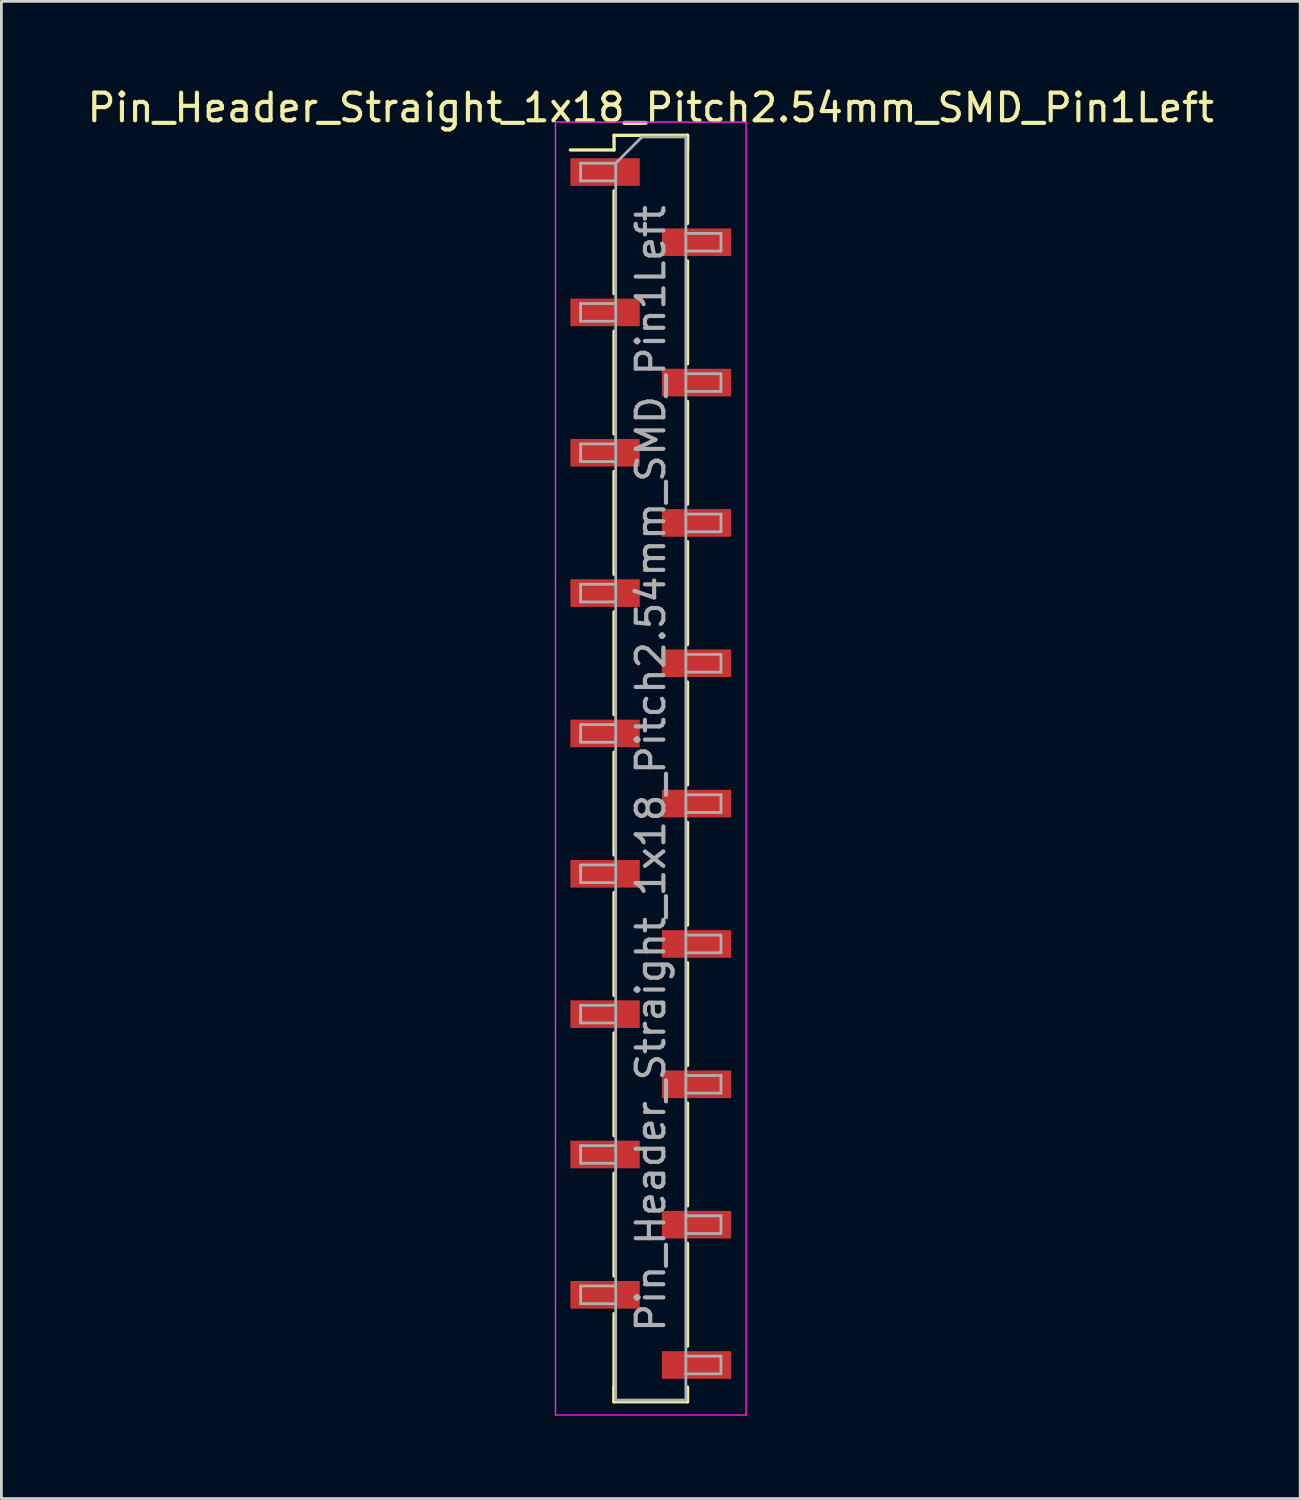
<source format=kicad_pcb>
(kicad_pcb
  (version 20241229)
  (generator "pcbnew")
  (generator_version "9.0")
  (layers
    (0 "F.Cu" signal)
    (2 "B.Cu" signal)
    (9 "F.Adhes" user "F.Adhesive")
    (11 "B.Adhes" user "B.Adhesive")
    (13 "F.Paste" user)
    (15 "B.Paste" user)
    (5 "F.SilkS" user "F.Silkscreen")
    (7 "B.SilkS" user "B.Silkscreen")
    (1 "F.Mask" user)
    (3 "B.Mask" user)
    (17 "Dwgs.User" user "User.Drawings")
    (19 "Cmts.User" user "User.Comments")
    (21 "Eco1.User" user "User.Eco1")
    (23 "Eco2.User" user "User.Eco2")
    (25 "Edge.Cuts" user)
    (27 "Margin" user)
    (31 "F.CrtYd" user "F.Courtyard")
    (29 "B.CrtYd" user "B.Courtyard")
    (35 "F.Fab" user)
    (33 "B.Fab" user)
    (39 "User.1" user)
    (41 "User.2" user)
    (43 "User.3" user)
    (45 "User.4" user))
  (footprint "Pin_Header_Straight_1x18_Pitch2.54mm_SMD_Pin1Left"
    (layer "F.Cu")
    (at 20.506 24.768)
    (property "Reference" "Pin_Header_Straight_1x18_Pitch2.54mm_SMD_Pin1Left" (at 0 -23.92 0) (layer "F.SilkS") (effects (font (size 1 1) (thickness 0.15))))
    (attr smd)
    (fp_line (start -1.33 -22.92) (end 1.33 -22.92) (stroke (width 0.12) (type solid)) (layer "F.SilkS"))
    (fp_line (start -1.33 -22.39) (end -2.91 -22.39) (stroke (width 0.12) (type solid)) (layer "F.SilkS"))
    (fp_line (start -1.33 -22.39) (end -1.33 -22.92) (stroke (width 0.12) (type solid)) (layer "F.SilkS"))
    (fp_line (start -1.33 -20.91) (end -1.33 -17.19) (stroke (width 0.12) (type solid)) (layer "F.SilkS"))
    (fp_line (start -1.33 -15.83) (end -1.33 -12.11) (stroke (width 0.12) (type solid)) (layer "F.SilkS"))
    (fp_line (start -1.33 -10.75) (end -1.33 -7.03) (stroke (width 0.12) (type solid)) (layer "F.SilkS"))
    (fp_line (start -1.33 -5.67) (end -1.33 -1.95) (stroke (width 0.12) (type solid)) (layer "F.SilkS"))
    (fp_line (start -1.33 -0.59) (end -1.33 3.13) (stroke (width 0.12) (type solid)) (layer "F.SilkS"))
    (fp_line (start -1.33 4.49) (end -1.33 8.21) (stroke (width 0.12) (type solid)) (layer "F.SilkS"))
    (fp_line (start -1.33 9.57) (end -1.33 13.29) (stroke (width 0.12) (type solid)) (layer "F.SilkS"))
    (fp_line (start -1.33 14.65) (end -1.33 18.37) (stroke (width 0.12) (type solid)) (layer "F.SilkS"))
    (fp_line (start -1.33 19.73) (end -1.33 22.92) (stroke (width 0.12) (type solid)) (layer "F.SilkS"))
    (fp_line (start -1.33 22.39) (end -1.33 22.92) (stroke (width 0.12) (type solid)) (layer "F.SilkS"))
    (fp_line (start -1.33 22.92) (end 1.33 22.92) (stroke (width 0.12) (type solid)) (layer "F.SilkS"))
    (fp_line (start 1.33 -22.92) (end 1.33 -22.39) (stroke (width 0.12) (type solid)) (layer "F.SilkS"))
    (fp_line (start 1.33 -22.92) (end 1.33 -19.73) (stroke (width 0.12) (type solid)) (layer "F.SilkS"))
    (fp_line (start 1.33 -18.37) (end 1.33 -14.65) (stroke (width 0.12) (type solid)) (layer "F.SilkS"))
    (fp_line (start 1.33 -13.29) (end 1.33 -9.57) (stroke (width 0.12) (type solid)) (layer "F.SilkS"))
    (fp_line (start 1.33 -8.21) (end 1.33 -4.49) (stroke (width 0.12) (type solid)) (layer "F.SilkS"))
    (fp_line (start 1.33 -3.13) (end 1.33 0.59) (stroke (width 0.12) (type solid)) (layer "F.SilkS"))
    (fp_line (start 1.33 1.95) (end 1.33 5.67) (stroke (width 0.12) (type solid)) (layer "F.SilkS"))
    (fp_line (start 1.33 7.03) (end 1.33 10.75) (stroke (width 0.12) (type solid)) (layer "F.SilkS"))
    (fp_line (start 1.33 12.11) (end 1.33 15.83) (stroke (width 0.12) (type solid)) (layer "F.SilkS"))
    (fp_line (start 1.33 17.19) (end 1.33 20.91) (stroke (width 0.12) (type solid)) (layer "F.SilkS"))
    (fp_line (start 1.33 22.92) (end 1.33 22.39) (stroke (width 0.12) (type solid)) (layer "F.SilkS"))
    (fp_line (start -3.45 -23.4) (end -3.45 23.4) (stroke (width 0.05) (type solid)) (layer "F.CrtYd"))
    (fp_line (start -3.45 23.4) (end 3.45 23.4) (stroke (width 0.05) (type solid)) (layer "F.CrtYd"))
    (fp_line (start 3.45 -23.4) (end -3.45 -23.4) (stroke (width 0.05) (type solid)) (layer "F.CrtYd"))
    (fp_line (start 3.45 23.4) (end 3.45 -23.4) (stroke (width 0.05) (type solid)) (layer "F.CrtYd"))
    (fp_line (start -2.54 -21.91) (end -2.54 -21.27) (stroke (width 0.1) (type solid)) (layer "F.Fab"))
    (fp_line (start -2.54 -21.27) (end -1.27 -21.27) (stroke (width 0.1) (type solid)) (layer "F.Fab"))
    (fp_line (start -2.54 -16.83) (end -2.54 -16.19) (stroke (width 0.1) (type solid)) (layer "F.Fab"))
    (fp_line (start -2.54 -16.19) (end -1.27 -16.19) (stroke (width 0.1) (type solid)) (layer "F.Fab"))
    (fp_line (start -2.54 -11.75) (end -2.54 -11.11) (stroke (width 0.1) (type solid)) (layer "F.Fab"))
    (fp_line (start -2.54 -11.11) (end -1.27 -11.11) (stroke (width 0.1) (type solid)) (layer "F.Fab"))
    (fp_line (start -2.54 -6.67) (end -2.54 -6.03) (stroke (width 0.1) (type solid)) (layer "F.Fab"))
    (fp_line (start -2.54 -6.03) (end -1.27 -6.03) (stroke (width 0.1) (type solid)) (layer "F.Fab"))
    (fp_line (start -2.54 -1.59) (end -2.54 -0.95) (stroke (width 0.1) (type solid)) (layer "F.Fab"))
    (fp_line (start -2.54 -0.95) (end -1.27 -0.95) (stroke (width 0.1) (type solid)) (layer "F.Fab"))
    (fp_line (start -2.54 3.49) (end -2.54 4.13) (stroke (width 0.1) (type solid)) (layer "F.Fab"))
    (fp_line (start -2.54 4.13) (end -1.27 4.13) (stroke (width 0.1) (type solid)) (layer "F.Fab"))
    (fp_line (start -2.54 8.57) (end -2.54 9.21) (stroke (width 0.1) (type solid)) (layer "F.Fab"))
    (fp_line (start -2.54 9.21) (end -1.27 9.21) (stroke (width 0.1) (type solid)) (layer "F.Fab"))
    (fp_line (start -2.54 13.65) (end -2.54 14.29) (stroke (width 0.1) (type solid)) (layer "F.Fab"))
    (fp_line (start -2.54 14.29) (end -1.27 14.29) (stroke (width 0.1) (type solid)) (layer "F.Fab"))
    (fp_line (start -2.54 18.73) (end -2.54 19.37) (stroke (width 0.1) (type solid)) (layer "F.Fab"))
    (fp_line (start -2.54 19.37) (end -1.27 19.37) (stroke (width 0.1) (type solid)) (layer "F.Fab"))
    (fp_line (start -1.27 -21.91) (end -2.54 -21.91) (stroke (width 0.1) (type solid)) (layer "F.Fab"))
    (fp_line (start -1.27 -21.91) (end -0.32 -22.86) (stroke (width 0.1) (type solid)) (layer "F.Fab"))
    (fp_line (start -1.27 -16.83) (end -2.54 -16.83) (stroke (width 0.1) (type solid)) (layer "F.Fab"))
    (fp_line (start -1.27 -11.75) (end -2.54 -11.75) (stroke (width 0.1) (type solid)) (layer "F.Fab"))
    (fp_line (start -1.27 -6.67) (end -2.54 -6.67) (stroke (width 0.1) (type solid)) (layer "F.Fab"))
    (fp_line (start -1.27 -1.59) (end -2.54 -1.59) (stroke (width 0.1) (type solid)) (layer "F.Fab"))
    (fp_line (start -1.27 3.49) (end -2.54 3.49) (stroke (width 0.1) (type solid)) (layer "F.Fab"))
    (fp_line (start -1.27 8.57) (end -2.54 8.57) (stroke (width 0.1) (type solid)) (layer "F.Fab"))
    (fp_line (start -1.27 13.65) (end -2.54 13.65) (stroke (width 0.1) (type solid)) (layer "F.Fab"))
    (fp_line (start -1.27 18.73) (end -2.54 18.73) (stroke (width 0.1) (type solid)) (layer "F.Fab"))
    (fp_line (start -1.27 22.86) (end -1.27 -21.91) (stroke (width 0.1) (type solid)) (layer "F.Fab"))
    (fp_line (start -0.32 -22.86) (end 1.27 -22.86) (stroke (width 0.1) (type solid)) (layer "F.Fab"))
    (fp_line (start 1.27 -22.86) (end 1.27 22.86) (stroke (width 0.1) (type solid)) (layer "F.Fab"))
    (fp_line (start 1.27 -19.37) (end 2.54 -19.37) (stroke (width 0.1) (type solid)) (layer "F.Fab"))
    (fp_line (start 1.27 -14.29) (end 2.54 -14.29) (stroke (width 0.1) (type solid)) (layer "F.Fab"))
    (fp_line (start 1.27 -9.21) (end 2.54 -9.21) (stroke (width 0.1) (type solid)) (layer "F.Fab"))
    (fp_line (start 1.27 -4.13) (end 2.54 -4.13) (stroke (width 0.1) (type solid)) (layer "F.Fab"))
    (fp_line (start 1.27 0.95) (end 2.54 0.95) (stroke (width 0.1) (type solid)) (layer "F.Fab"))
    (fp_line (start 1.27 6.03) (end 2.54 6.03) (stroke (width 0.1) (type solid)) (layer "F.Fab"))
    (fp_line (start 1.27 11.11) (end 2.54 11.11) (stroke (width 0.1) (type solid)) (layer "F.Fab"))
    (fp_line (start 1.27 16.19) (end 2.54 16.19) (stroke (width 0.1) (type solid)) (layer "F.Fab"))
    (fp_line (start 1.27 21.27) (end 2.54 21.27) (stroke (width 0.1) (type solid)) (layer "F.Fab"))
    (fp_line (start 1.27 22.86) (end -1.27 22.86) (stroke (width 0.1) (type solid)) (layer "F.Fab"))
    (fp_line (start 2.54 -19.37) (end 2.54 -18.73) (stroke (width 0.1) (type solid)) (layer "F.Fab"))
    (fp_line (start 2.54 -18.73) (end 1.27 -18.73) (stroke (width 0.1) (type solid)) (layer "F.Fab"))
    (fp_line (start 2.54 -14.29) (end 2.54 -13.65) (stroke (width 0.1) (type solid)) (layer "F.Fab"))
    (fp_line (start 2.54 -13.65) (end 1.27 -13.65) (stroke (width 0.1) (type solid)) (layer "F.Fab"))
    (fp_line (start 2.54 -9.21) (end 2.54 -8.57) (stroke (width 0.1) (type solid)) (layer "F.Fab"))
    (fp_line (start 2.54 -8.57) (end 1.27 -8.57) (stroke (width 0.1) (type solid)) (layer "F.Fab"))
    (fp_line (start 2.54 -4.13) (end 2.54 -3.49) (stroke (width 0.1) (type solid)) (layer "F.Fab"))
    (fp_line (start 2.54 -3.49) (end 1.27 -3.49) (stroke (width 0.1) (type solid)) (layer "F.Fab"))
    (fp_line (start 2.54 0.95) (end 2.54 1.59) (stroke (width 0.1) (type solid)) (layer "F.Fab"))
    (fp_line (start 2.54 1.59) (end 1.27 1.59) (stroke (width 0.1) (type solid)) (layer "F.Fab"))
    (fp_line (start 2.54 6.03) (end 2.54 6.67) (stroke (width 0.1) (type solid)) (layer "F.Fab"))
    (fp_line (start 2.54 6.67) (end 1.27 6.67) (stroke (width 0.1) (type solid)) (layer "F.Fab"))
    (fp_line (start 2.54 11.11) (end 2.54 11.75) (stroke (width 0.1) (type solid)) (layer "F.Fab"))
    (fp_line (start 2.54 11.75) (end 1.27 11.75) (stroke (width 0.1) (type solid)) (layer "F.Fab"))
    (fp_line (start 2.54 16.19) (end 2.54 16.83) (stroke (width 0.1) (type solid)) (layer "F.Fab"))
    (fp_line (start 2.54 16.83) (end 1.27 16.83) (stroke (width 0.1) (type solid)) (layer "F.Fab"))
    (fp_line (start 2.54 21.27) (end 2.54 21.91) (stroke (width 0.1) (type solid)) (layer "F.Fab"))
    (fp_line (start 2.54 21.91) (end 1.27 21.91) (stroke (width 0.1) (type solid)) (layer "F.Fab"))
    (fp_text user "${REFERENCE}" (at 0 0 90) (layer "F.Fab") (effects (font (size 1 1) (thickness 0.15))))
    (pad "1" smd rect (at -1.655 -21.59) (size 2.51 1) (layers "F.Cu" "F.Mask" "F.Paste"))
    (pad "2" smd rect (at 1.655 -19.05) (size 2.51 1) (layers "F.Cu" "F.Mask" "F.Paste"))
    (pad "3" smd rect (at -1.655 -16.51) (size 2.51 1) (layers "F.Cu" "F.Mask" "F.Paste"))
    (pad "4" smd rect (at 1.655 -13.97) (size 2.51 1) (layers "F.Cu" "F.Mask" "F.Paste"))
    (pad "5" smd rect (at -1.655 -11.43) (size 2.51 1) (layers "F.Cu" "F.Mask" "F.Paste"))
    (pad "6" smd rect (at 1.655 -8.89) (size 2.51 1) (layers "F.Cu" "F.Mask" "F.Paste"))
    (pad "7" smd rect (at -1.655 -6.35) (size 2.51 1) (layers "F.Cu" "F.Mask" "F.Paste"))
    (pad "8" smd rect (at 1.655 -3.81) (size 2.51 1) (layers "F.Cu" "F.Mask" "F.Paste"))
    (pad "9" smd rect (at -1.655 -1.27) (size 2.51 1) (layers "F.Cu" "F.Mask" "F.Paste"))
    (pad "10" smd rect (at 1.655 1.27) (size 2.51 1) (layers "F.Cu" "F.Mask" "F.Paste"))
    (pad "11" smd rect (at -1.655 3.81) (size 2.51 1) (layers "F.Cu" "F.Mask" "F.Paste"))
    (pad "12" smd rect (at 1.655 6.35) (size 2.51 1) (layers "F.Cu" "F.Mask" "F.Paste"))
    (pad "13" smd rect (at -1.655 8.89) (size 2.51 1) (layers "F.Cu" "F.Mask" "F.Paste"))
    (pad "14" smd rect (at 1.655 11.43) (size 2.51 1) (layers "F.Cu" "F.Mask" "F.Paste"))
    (pad "15" smd rect (at -1.655 13.97) (size 2.51 1) (layers "F.Cu" "F.Mask" "F.Paste"))
    (pad "16" smd rect (at 1.655 16.51) (size 2.51 1) (layers "F.Cu" "F.Mask" "F.Paste"))
    (pad "17" smd rect (at -1.655 19.05) (size 2.51 1) (layers "F.Cu" "F.Mask" "F.Paste"))
    (pad "18" smd rect (at 1.655 21.59) (size 2.51 1) (layers "F.Cu" "F.Mask" "F.Paste")))
  (gr_rect
    (start -3 -3)
    (end 44.012 51.193)
    (stroke (width 0.1) (type default))
    (fill no)
    (layer "Edge.Cuts")))
</source>
